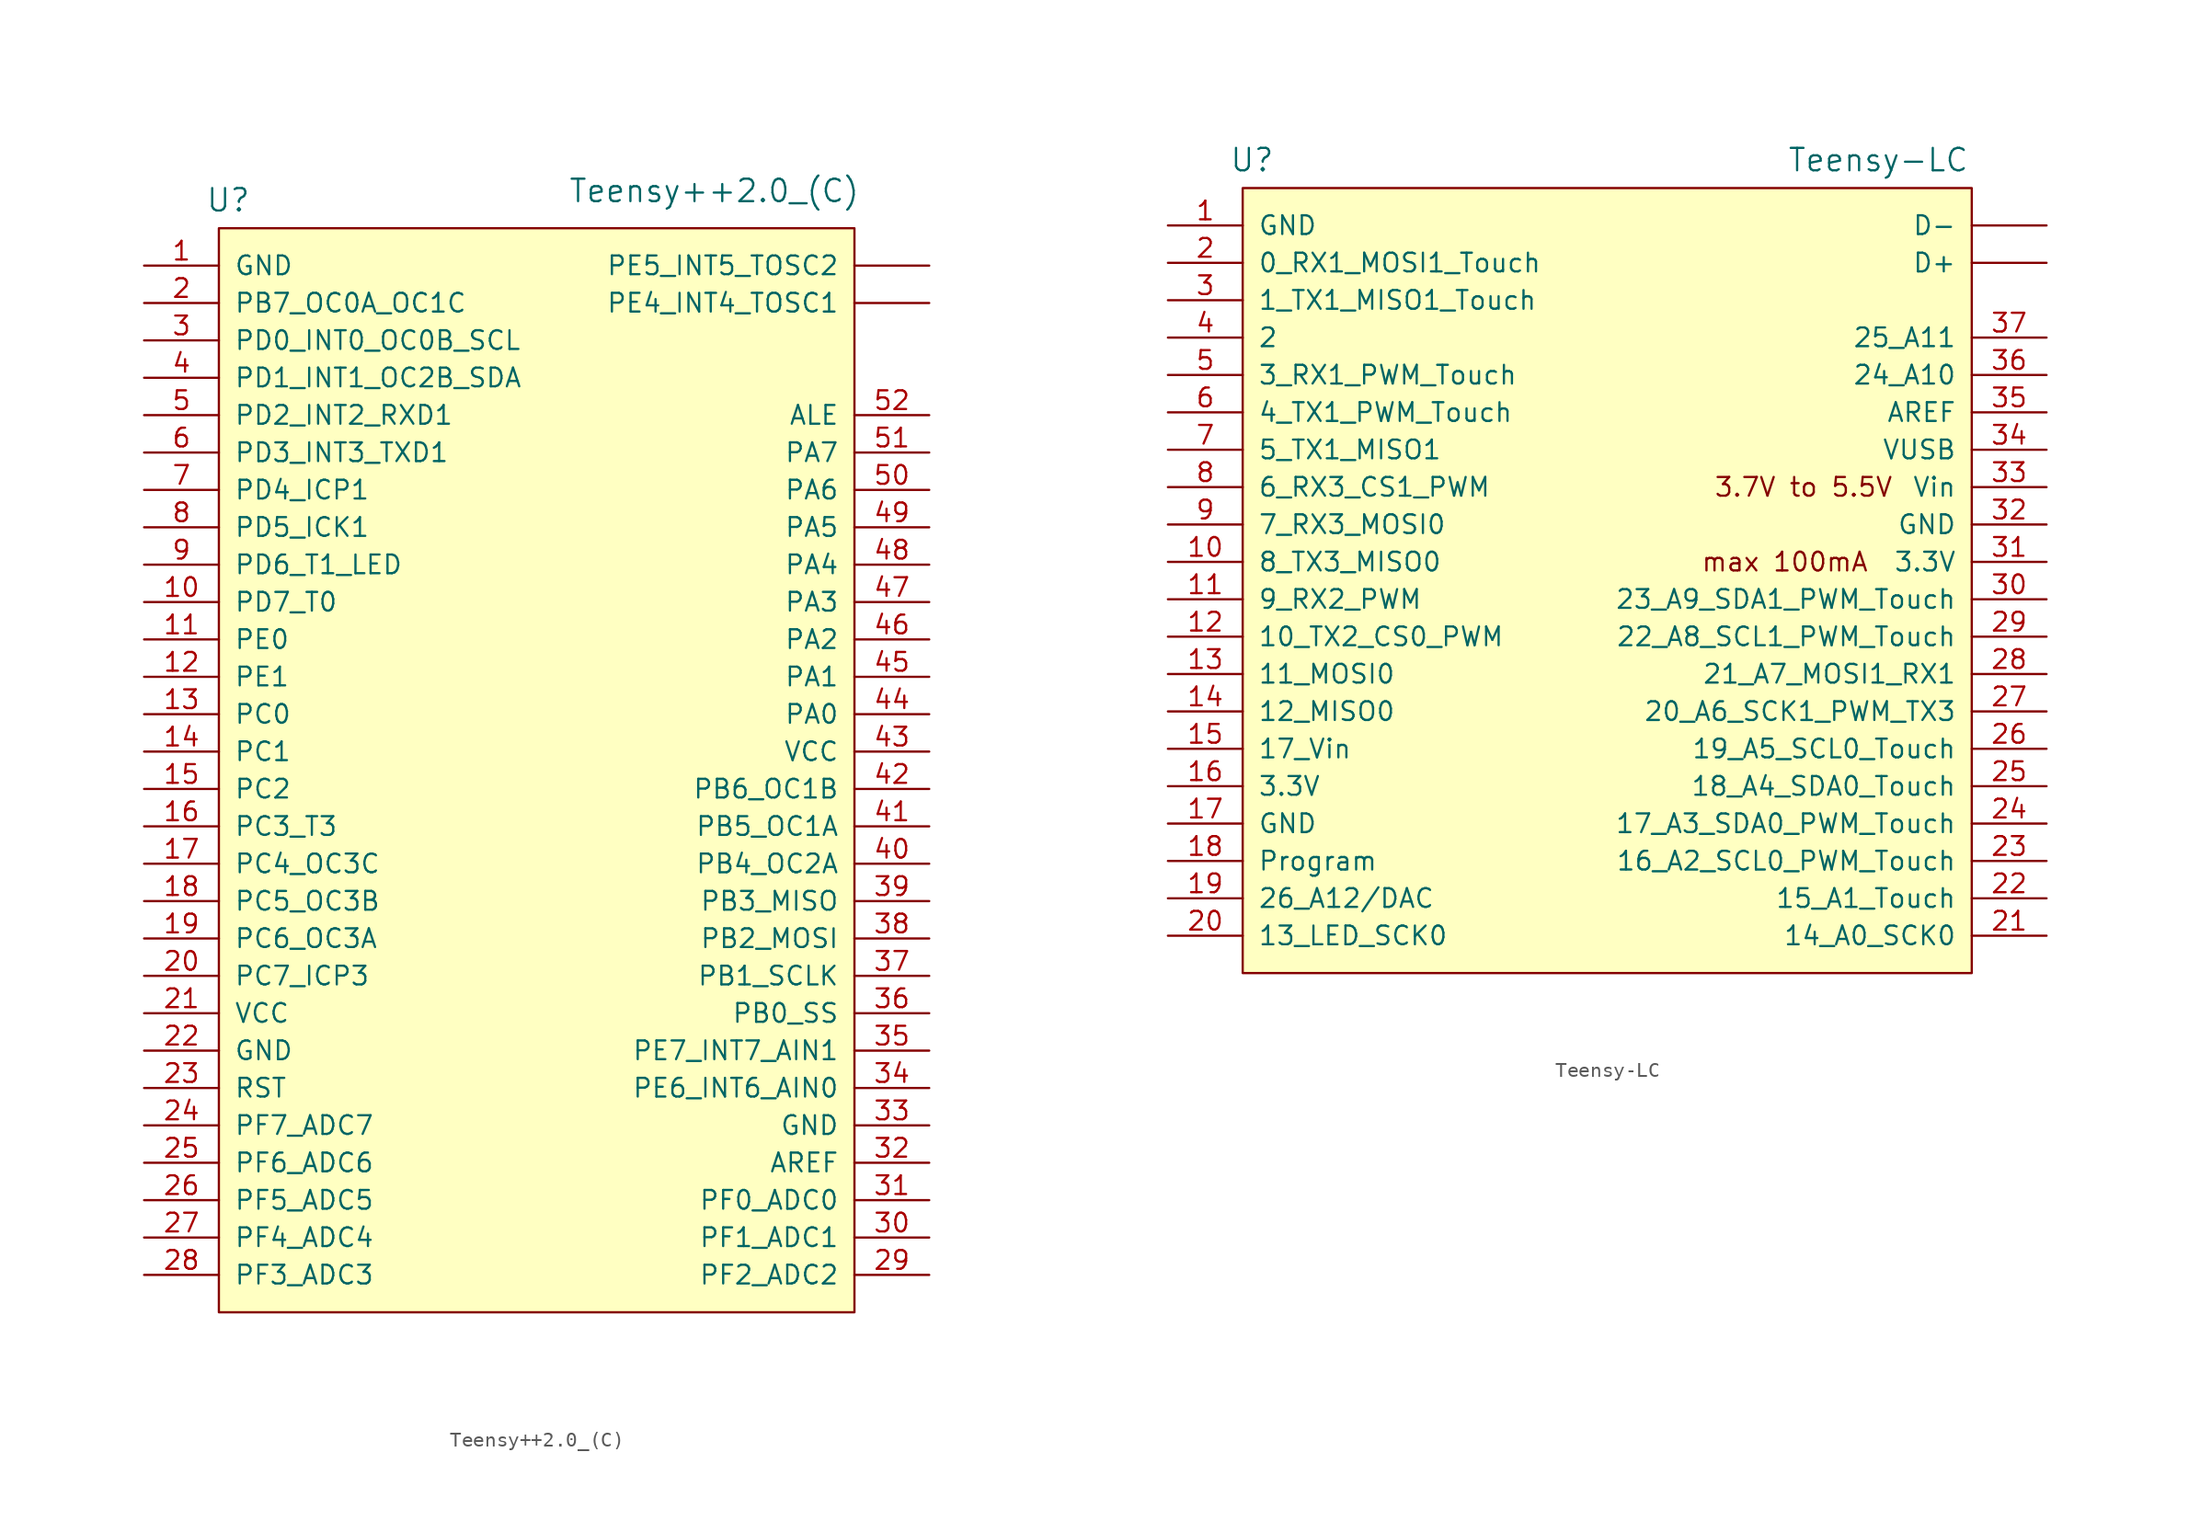
<source format=kicad_sym>
(kicad_symbol_lib
  (version 20231120)
  (generator "kicad_symbol_editor")
  (generator_version "8.0")
  (symbol "Teensy++2.0_(C)"
    (pin_names
      (offset 1.016))
    (property "Reference" "U"
      (at -20.955 38.735 0)
      (effects (font (size 1.524 1.524))))
    (property "Value" "Teensy++2.0_(C)"
      (at 12.065 39.37 0)
      (effects (font (size 1.524 1.524))))
    (symbol "Teensy++2.0_(C)_0_1"
      (rectangle (start -21.59 36.83) (end 21.59 -36.83) (stroke (width 0) (type default)) (fill (type background))))
    (symbol "Teensy++2.0_(C)_1_1"
      (pin power_in line (at -26.67 34.29 0) (length 5.08) (name "GND" (effects (font (size 1.27 1.27)))) (number "1" (effects (font (size 1.27 1.27)))))
      (pin bidirectional line (at -26.67 11.43 0) (length 5.08) (name "PD7_T0" (effects (font (size 1.27 1.27)))) (number "10" (effects (font (size 1.27 1.27)))))
      (pin bidirectional line (at -26.67 8.89 0) (length 5.08) (name "PE0" (effects (font (size 1.27 1.27)))) (number "11" (effects (font (size 1.27 1.27)))))
      (pin bidirectional line (at -26.67 6.35 0) (length 5.08) (name "PE1" (effects (font (size 1.27 1.27)))) (number "12" (effects (font (size 1.27 1.27)))))
      (pin bidirectional line (at -26.67 3.81 0) (length 5.08) (name "PC0" (effects (font (size 1.27 1.27)))) (number "13" (effects (font (size 1.27 1.27)))))
      (pin bidirectional line (at -26.67 1.27 0) (length 5.08) (name "PC1" (effects (font (size 1.27 1.27)))) (number "14" (effects (font (size 1.27 1.27)))))
      (pin bidirectional line (at -26.67 -1.27 0) (length 5.08) (name "PC2" (effects (font (size 1.27 1.27)))) (number "15" (effects (font (size 1.27 1.27)))))
      (pin bidirectional line (at -26.67 -3.81 0) (length 5.08) (name "PC3_T3" (effects (font (size 1.27 1.27)))) (number "16" (effects (font (size 1.27 1.27)))))
      (pin bidirectional line (at -26.67 -6.35 0) (length 5.08) (name "PC4_OC3C" (effects (font (size 1.27 1.27)))) (number "17" (effects (font (size 1.27 1.27)))))
      (pin bidirectional line (at -26.67 -8.89 0) (length 5.08) (name "PC5_OC3B" (effects (font (size 1.27 1.27)))) (number "18" (effects (font (size 1.27 1.27)))))
      (pin bidirectional line (at -26.67 -11.43 0) (length 5.08) (name "PC6_OC3A" (effects (font (size 1.27 1.27)))) (number "19" (effects (font (size 1.27 1.27)))))
      (pin bidirectional line (at -26.67 31.75 0) (length 5.08) (name "PB7_OC0A_OC1C" (effects (font (size 1.27 1.27)))) (number "2" (effects (font (size 1.27 1.27)))))
      (pin bidirectional line (at -26.67 -13.97 0) (length 5.08) (name "PC7_ICP3" (effects (font (size 1.27 1.27)))) (number "20" (effects (font (size 1.27 1.27)))))
      (pin power_in line (at -26.67 -16.51 0) (length 5.08) (name "VCC" (effects (font (size 1.27 1.27)))) (number "21" (effects (font (size 1.27 1.27)))))
      (pin power_in line (at -26.67 -19.05 0) (length 5.08) (name "GND" (effects (font (size 1.27 1.27)))) (number "22" (effects (font (size 1.27 1.27)))))
      (pin input line (at -26.67 -21.59 0) (length 5.08) (name "RST" (effects (font (size 1.27 1.27)))) (number "23" (effects (font (size 1.27 1.27)))))
      (pin bidirectional line (at -26.67 -24.13 0) (length 5.08) (name "PF7_ADC7" (effects (font (size 1.27 1.27)))) (number "24" (effects (font (size 1.27 1.27)))))
      (pin bidirectional line (at -26.67 -26.67 0) (length 5.08) (name "PF6_ADC6" (effects (font (size 1.27 1.27)))) (number "25" (effects (font (size 1.27 1.27)))))
      (pin bidirectional line (at -26.67 -29.21 0) (length 5.08) (name "PF5_ADC5" (effects (font (size 1.27 1.27)))) (number "26" (effects (font (size 1.27 1.27)))))
      (pin bidirectional line (at -26.67 -31.75 0) (length 5.08) (name "PF4_ADC4" (effects (font (size 1.27 1.27)))) (number "27" (effects (font (size 1.27 1.27)))))
      (pin bidirectional line (at -26.67 -34.29 0) (length 5.08) (name "PF3_ADC3" (effects (font (size 1.27 1.27)))) (number "28" (effects (font (size 1.27 1.27)))))
      (pin bidirectional line (at 26.67 -34.29 180) (length 5.08) (name "PF2_ADC2" (effects (font (size 1.27 1.27)))) (number "29" (effects (font (size 1.27 1.27)))))
      (pin bidirectional line (at -26.67 29.21 0) (length 5.08) (name "PD0_INT0_OC0B_SCL" (effects (font (size 1.27 1.27)))) (number "3" (effects (font (size 1.27 1.27)))))
      (pin bidirectional line (at 26.67 -31.75 180) (length 5.08) (name "PF1_ADC1" (effects (font (size 1.27 1.27)))) (number "30" (effects (font (size 1.27 1.27)))))
      (pin bidirectional line (at 26.67 -29.21 180) (length 5.08) (name "PF0_ADC0" (effects (font (size 1.27 1.27)))) (number "31" (effects (font (size 1.27 1.27)))))
      (pin input line (at 26.67 -26.67 180) (length 5.08) (name "AREF" (effects (font (size 1.27 1.27)))) (number "32" (effects (font (size 1.27 1.27)))))
      (pin power_in line (at 26.67 -24.13 180) (length 5.08) (name "GND" (effects (font (size 1.27 1.27)))) (number "33" (effects (font (size 1.27 1.27)))))
      (pin bidirectional line (at 26.67 -21.59 180) (length 5.08) (name "PE6_INT6_AIN0" (effects (font (size 1.27 1.27)))) (number "34" (effects (font (size 1.27 1.27)))))
      (pin bidirectional line (at 26.67 -19.05 180) (length 5.08) (name "PE7_INT7_AIN1" (effects (font (size 1.27 1.27)))) (number "35" (effects (font (size 1.27 1.27)))))
      (pin bidirectional line (at 26.67 -16.51 180) (length 5.08) (name "PB0_SS" (effects (font (size 1.27 1.27)))) (number "36" (effects (font (size 1.27 1.27)))))
      (pin bidirectional line (at 26.67 -13.97 180) (length 5.08) (name "PB1_SCLK" (effects (font (size 1.27 1.27)))) (number "37" (effects (font (size 1.27 1.27)))))
      (pin bidirectional line (at 26.67 -11.43 180) (length 5.08) (name "PB2_MOSI" (effects (font (size 1.27 1.27)))) (number "38" (effects (font (size 1.27 1.27)))))
      (pin bidirectional line (at 26.67 -8.89 180) (length 5.08) (name "PB3_MISO" (effects (font (size 1.27 1.27)))) (number "39" (effects (font (size 1.27 1.27)))))
      (pin bidirectional line (at -26.67 26.67 0) (length 5.08) (name "PD1_INT1_OC2B_SDA" (effects (font (size 1.27 1.27)))) (number "4" (effects (font (size 1.27 1.27)))))
      (pin bidirectional line (at 26.67 -6.35 180) (length 5.08) (name "PB4_OC2A" (effects (font (size 1.27 1.27)))) (number "40" (effects (font (size 1.27 1.27)))))
      (pin bidirectional line (at 26.67 -3.81 180) (length 5.08) (name "PB5_OC1A" (effects (font (size 1.27 1.27)))) (number "41" (effects (font (size 1.27 1.27)))))
      (pin bidirectional line (at 26.67 -1.27 180) (length 5.08) (name "PB6_OC1B" (effects (font (size 1.27 1.27)))) (number "42" (effects (font (size 1.27 1.27)))))
      (pin power_in line (at 26.67 1.27 180) (length 5.08) (name "VCC" (effects (font (size 1.27 1.27)))) (number "43" (effects (font (size 1.27 1.27)))))
      (pin bidirectional line (at 26.67 3.81 180) (length 5.08) (name "PA0" (effects (font (size 1.27 1.27)))) (number "44" (effects (font (size 1.27 1.27)))))
      (pin bidirectional line (at 26.67 6.35 180) (length 5.08) (name "PA1" (effects (font (size 1.27 1.27)))) (number "45" (effects (font (size 1.27 1.27)))))
      (pin bidirectional line (at 26.67 8.89 180) (length 5.08) (name "PA2" (effects (font (size 1.27 1.27)))) (number "46" (effects (font (size 1.27 1.27)))))
      (pin bidirectional line (at 26.67 11.43 180) (length 5.08) (name "PA3" (effects (font (size 1.27 1.27)))) (number "47" (effects (font (size 1.27 1.27)))))
      (pin bidirectional line (at 26.67 13.97 180) (length 5.08) (name "PA4" (effects (font (size 1.27 1.27)))) (number "48" (effects (font (size 1.27 1.27)))))
      (pin bidirectional line (at 26.67 16.51 180) (length 5.08) (name "PA5" (effects (font (size 1.27 1.27)))) (number "49" (effects (font (size 1.27 1.27)))))
      (pin bidirectional line (at -26.67 24.13 0) (length 5.08) (name "PD2_INT2_RXD1" (effects (font (size 1.27 1.27)))) (number "5" (effects (font (size 1.27 1.27)))))
      (pin bidirectional line (at 26.67 19.05 180) (length 5.08) (name "PA6" (effects (font (size 1.27 1.27)))) (number "50" (effects (font (size 1.27 1.27)))))
      (pin bidirectional line (at 26.67 21.59 180) (length 5.08) (name "PA7" (effects (font (size 1.27 1.27)))) (number "51" (effects (font (size 1.27 1.27)))))
      (pin input line (at 26.67 24.13 180) (length 5.08) (name "ALE" (effects (font (size 1.27 1.27)))) (number "52" (effects (font (size 1.27 1.27)))))
      (pin bidirectional line (at -26.67 21.59 0) (length 5.08) (name "PD3_INT3_TXD1" (effects (font (size 1.27 1.27)))) (number "6" (effects (font (size 1.27 1.27)))))
      (pin bidirectional line (at -26.67 19.05 0) (length 5.08) (name "PD4_ICP1" (effects (font (size 1.27 1.27)))) (number "7" (effects (font (size 1.27 1.27)))))
      (pin bidirectional line (at -26.67 16.51 0) (length 5.08) (name "PD5_ICK1" (effects (font (size 1.27 1.27)))) (number "8" (effects (font (size 1.27 1.27)))))
      (pin bidirectional line (at -26.67 13.97 0) (length 5.08) (name "PD6_T1_LED" (effects (font (size 1.27 1.27)))) (number "9" (effects (font (size 1.27 1.27)))))
      (pin bidirectional line (at 26.67 31.75 180) (length 5.08) (name "PE4_INT4_TOSC1" (effects (font (size 1.27 1.27)))) (number "~" (effects (font (size 1.27 1.27)))))
      (pin bidirectional line (at 26.67 34.29 180) (length 5.08) (name "PE5_INT5_TOSC2" (effects (font (size 1.27 1.27)))) (number "~" (effects (font (size 1.27 1.27)))))))
  (symbol "Teensy-LC"
    (pin_names
      (offset 1.016))
    (property "Reference" "U"
      (at -23.495 28.575 0)
      (effects (font (size 1.524 1.524))))
    (property "Value" "Teensy-LC"
      (at 19.05 28.575 0)
      (effects (font (size 1.524 1.524))))
    (symbol "Teensy-LC_0_0"
      (text "3.7V to 5.5V" (at 13.97 6.35 0) (effects (font (size 1.27 1.27))))
      (text "max 100mA" (at 12.7 1.27 0) (effects (font (size 1.27 1.27)))))
    (symbol "Teensy-LC_0_1"
      (rectangle (start -24.13 26.67) (end 25.4 -26.67) (stroke (width 0) (type default)) (fill (type background))))
    (symbol "Teensy-LC_1_1"
      (pin power_in line (at -29.21 24.13 0) (length 5.08) (name "GND" (effects (font (size 1.27 1.27)))) (number "1" (effects (font (size 1.27 1.27)))))
      (pin bidirectional line (at -29.21 1.27 0) (length 5.08) (name "8_TX3_MISO0" (effects (font (size 1.27 1.27)))) (number "10" (effects (font (size 1.27 1.27)))))
      (pin bidirectional line (at -29.21 -1.27 0) (length 5.08) (name "9_RX2_PWM" (effects (font (size 1.27 1.27)))) (number "11" (effects (font (size 1.27 1.27)))))
      (pin bidirectional line (at -29.21 -3.81 0) (length 5.08) (name "10_TX2_CS0_PWM" (effects (font (size 1.27 1.27)))) (number "12" (effects (font (size 1.27 1.27)))))
      (pin bidirectional line (at -29.21 -6.35 0) (length 5.08) (name "11_MOSI0" (effects (font (size 1.27 1.27)))) (number "13" (effects (font (size 1.27 1.27)))))
      (pin bidirectional line (at -29.21 -8.89 0) (length 5.08) (name "12_MISO0" (effects (font (size 1.27 1.27)))) (number "14" (effects (font (size 1.27 1.27)))))
      (pin output line (at -29.21 -11.43 0) (length 5.08) (name "17_Vin" (effects (font (size 1.27 1.27)))) (number "15" (effects (font (size 1.27 1.27)))))
      (pin power_in line (at -29.21 -13.97 0) (length 5.08) (name "3.3V" (effects (font (size 1.27 1.27)))) (number "16" (effects (font (size 1.27 1.27)))))
      (pin power_in line (at -29.21 -16.51 0) (length 5.08) (name "GND" (effects (font (size 1.27 1.27)))) (number "17" (effects (font (size 1.27 1.27)))))
      (pin input line (at -29.21 -19.05 0) (length 5.08) (name "Program" (effects (font (size 1.27 1.27)))) (number "18" (effects (font (size 1.27 1.27)))))
      (pin bidirectional line (at -29.21 -21.59 0) (length 5.08) (name "26_A12/DAC" (effects (font (size 1.27 1.27)))) (number "19" (effects (font (size 1.27 1.27)))))
      (pin bidirectional line (at -29.21 21.59 0) (length 5.08) (name "0_RX1_MOSI1_Touch" (effects (font (size 1.27 1.27)))) (number "2" (effects (font (size 1.27 1.27)))))
      (pin bidirectional line (at -29.21 -24.13 0) (length 5.08) (name "13_LED_SCK0" (effects (font (size 1.27 1.27)))) (number "20" (effects (font (size 1.27 1.27)))))
      (pin bidirectional line (at 30.48 -24.13 180) (length 5.08) (name "14_A0_SCK0" (effects (font (size 1.27 1.27)))) (number "21" (effects (font (size 1.27 1.27)))))
      (pin bidirectional line (at 30.48 -21.59 180) (length 5.08) (name "15_A1_Touch" (effects (font (size 1.27 1.27)))) (number "22" (effects (font (size 1.27 1.27)))))
      (pin bidirectional line (at 30.48 -19.05 180) (length 5.08) (name "16_A2_SCL0_PWM_Touch" (effects (font (size 1.27 1.27)))) (number "23" (effects (font (size 1.27 1.27)))))
      (pin bidirectional line (at 30.48 -16.51 180) (length 5.08) (name "17_A3_SDA0_PWM_Touch" (effects (font (size 1.27 1.27)))) (number "24" (effects (font (size 1.27 1.27)))))
      (pin bidirectional line (at 30.48 -13.97 180) (length 5.08) (name "18_A4_SDA0_Touch" (effects (font (size 1.27 1.27)))) (number "25" (effects (font (size 1.27 1.27)))))
      (pin bidirectional line (at 30.48 -11.43 180) (length 5.08) (name "19_A5_SCL0_Touch" (effects (font (size 1.27 1.27)))) (number "26" (effects (font (size 1.27 1.27)))))
      (pin bidirectional line (at 30.48 -8.89 180) (length 5.08) (name "20_A6_SCK1_PWM_TX3" (effects (font (size 1.27 1.27)))) (number "27" (effects (font (size 1.27 1.27)))))
      (pin bidirectional line (at 30.48 -6.35 180) (length 5.08) (name "21_A7_MOSI1_RX1" (effects (font (size 1.27 1.27)))) (number "28" (effects (font (size 1.27 1.27)))))
      (pin bidirectional line (at 30.48 -3.81 180) (length 5.08) (name "22_A8_SCL1_PWM_Touch" (effects (font (size 1.27 1.27)))) (number "29" (effects (font (size 1.27 1.27)))))
      (pin bidirectional line (at -29.21 19.05 0) (length 5.08) (name "1_TX1_MISO1_Touch" (effects (font (size 1.27 1.27)))) (number "3" (effects (font (size 1.27 1.27)))))
      (pin bidirectional line (at 30.48 -1.27 180) (length 5.08) (name "23_A9_SDA1_PWM_Touch" (effects (font (size 1.27 1.27)))) (number "30" (effects (font (size 1.27 1.27)))))
      (pin power_out line (at 30.48 1.27 180) (length 5.08) (name "3.3V" (effects (font (size 1.27 1.27)))) (number "31" (effects (font (size 1.27 1.27)))))
      (pin power_in line (at 30.48 3.81 180) (length 5.08) (name "GND" (effects (font (size 1.27 1.27)))) (number "32" (effects (font (size 1.27 1.27)))))
      (pin power_in line (at 30.48 6.35 180) (length 5.08) (name "Vin" (effects (font (size 1.27 1.27)))) (number "33" (effects (font (size 1.27 1.27)))))
      (pin power_in line (at 30.48 8.89 180) (length 5.08) (name "VUSB" (effects (font (size 1.27 1.27)))) (number "34" (effects (font (size 1.27 1.27)))))
      (pin input line (at 30.48 11.43 180) (length 5.08) (name "AREF" (effects (font (size 1.27 1.27)))) (number "35" (effects (font (size 1.27 1.27)))))
      (pin bidirectional line (at 30.48 13.97 180) (length 5.08) (name "24_A10" (effects (font (size 1.27 1.27)))) (number "36" (effects (font (size 1.27 1.27)))))
      (pin bidirectional line (at 30.48 16.51 180) (length 5.08) (name "25_A11" (effects (font (size 1.27 1.27)))) (number "37" (effects (font (size 1.27 1.27)))))
      (pin bidirectional line (at -29.21 16.51 0) (length 5.08) (name "2" (effects (font (size 1.27 1.27)))) (number "4" (effects (font (size 1.27 1.27)))))
      (pin bidirectional line (at -29.21 13.97 0) (length 5.08) (name "3_RX1_PWM_Touch" (effects (font (size 1.27 1.27)))) (number "5" (effects (font (size 1.27 1.27)))))
      (pin bidirectional line (at -29.21 11.43 0) (length 5.08) (name "4_TX1_PWM_Touch" (effects (font (size 1.27 1.27)))) (number "6" (effects (font (size 1.27 1.27)))))
      (pin bidirectional line (at -29.21 8.89 0) (length 5.08) (name "5_TX1_MISO1" (effects (font (size 1.27 1.27)))) (number "7" (effects (font (size 1.27 1.27)))))
      (pin bidirectional line (at -29.21 6.35 0) (length 5.08) (name "6_RX3_CS1_PWM" (effects (font (size 1.27 1.27)))) (number "8" (effects (font (size 1.27 1.27)))))
      (pin bidirectional line (at -29.21 3.81 0) (length 5.08) (name "7_RX3_MOSI0" (effects (font (size 1.27 1.27)))) (number "9" (effects (font (size 1.27 1.27)))))
      (pin bidirectional line (at 30.48 21.59 180) (length 5.08) (name "D+" (effects (font (size 1.27 1.27)))) (number "~" (effects (font (size 1.27 1.27)))))
      (pin bidirectional line (at 30.48 24.13 180) (length 5.08) (name "D-" (effects (font (size 1.27 1.27)))) (number "~" (effects (font (size 1.27 1.27))))))))
</source>
